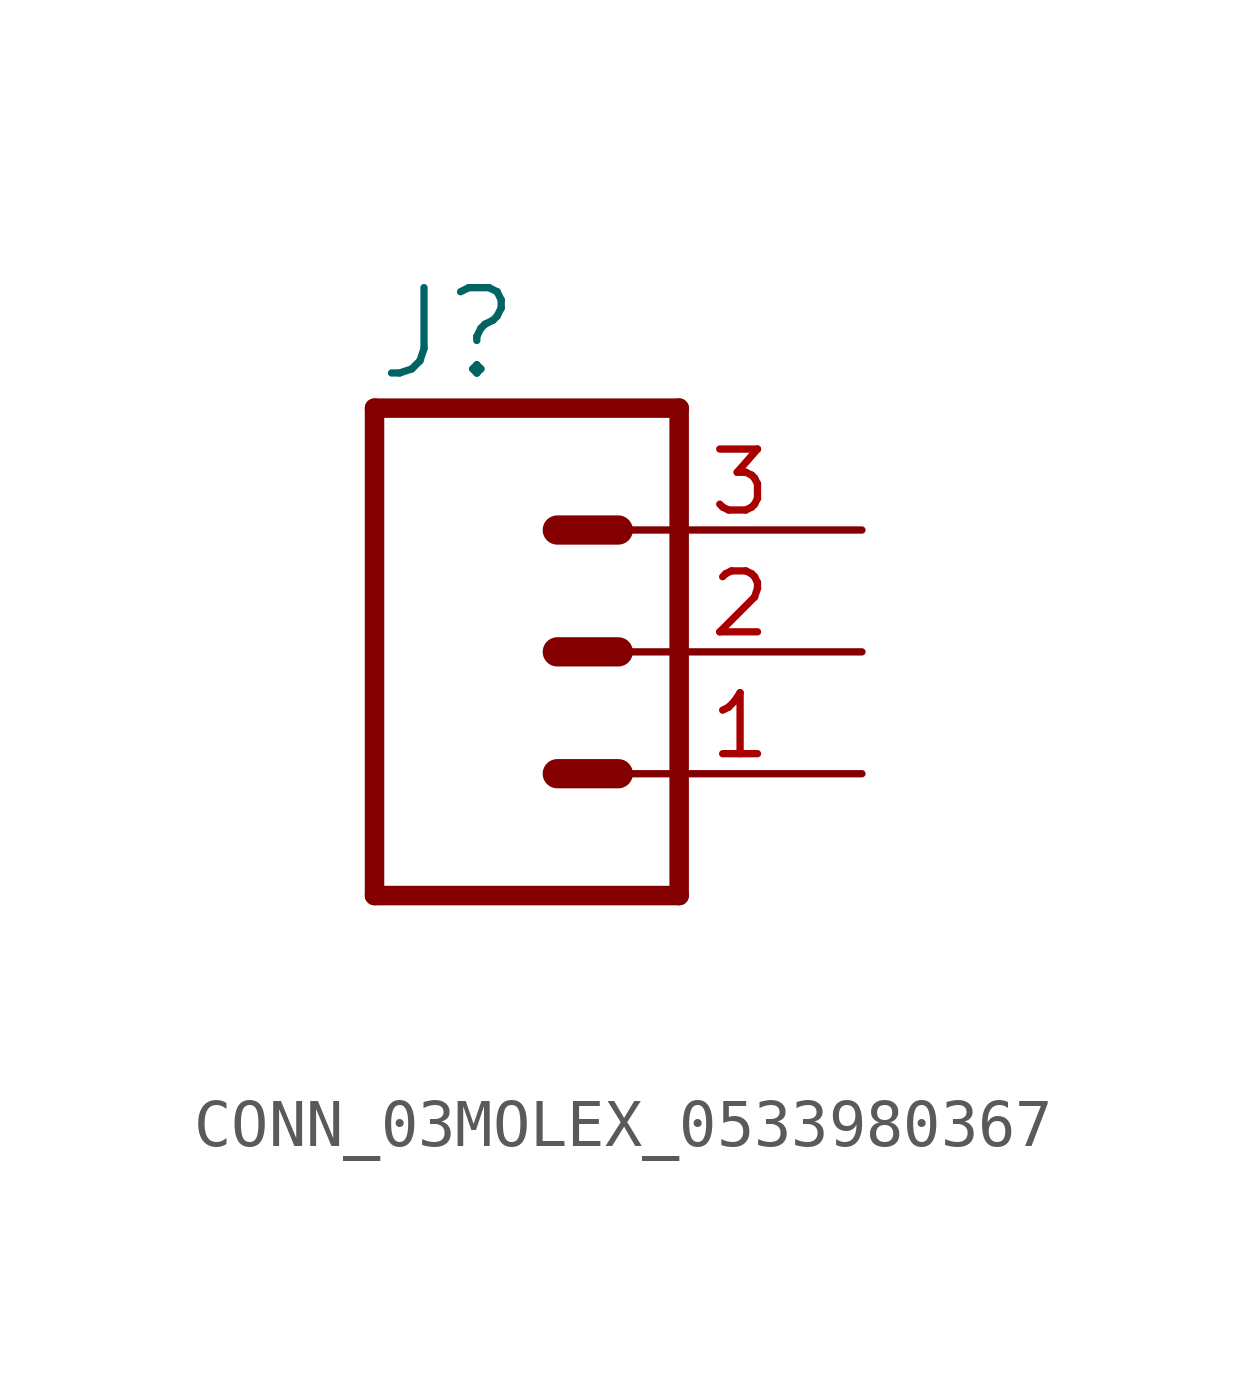
<source format=kicad_sym>
(kicad_symbol_lib
  (version 20220914)
  (generator kicad_symbol_editor)
  (symbol "CONN_03MOLEX_0533980367"
    (property "Reference" "J"
      (at -2.54 5.588 0)
      (effects (font (size 1.778 1.778)) (justify left bottom)))
    (property "Value" ""
      (at -2.54 -7.366 0)
      (effects (font (size 1.778 1.778)) (justify left bottom)))
    (property "ki_locked" ""
      (at 0 0 0)
      (effects (font (size 1.27 1.27))))
    (symbol "CONN_03MOLEX_0533980367_1_0"
      (polyline (pts (xy -2.54 5.08) (xy -2.54 -5.08)) (stroke (width 0.406) (type solid)) (fill (type none)))
      (polyline (pts (xy -2.54 5.08) (xy 3.81 5.08)) (stroke (width 0.406) (type solid)) (fill (type none)))
      (polyline (pts (xy 1.27 -2.54) (xy 2.54 -2.54)) (stroke (width 0.61) (type solid)) (fill (type none)))
      (polyline (pts (xy 1.27 0) (xy 2.54 0)) (stroke (width 0.61) (type solid)) (fill (type none)))
      (polyline (pts (xy 1.27 2.54) (xy 2.54 2.54)) (stroke (width 0.61) (type solid)) (fill (type none)))
      (polyline (pts (xy 3.81 -5.08) (xy -2.54 -5.08)) (stroke (width 0.406) (type solid)) (fill (type none)))
      (polyline (pts (xy 3.81 -5.08) (xy 3.81 5.08)) (stroke (width 0.406) (type solid)) (fill (type none)))
      (pin passive line (at 7.62 -2.54 180) (length 5.08) (name "1" (effects (font (size 0 0)))) (number "1" (effects (font (size 1.27 1.27)))))
      (pin passive line (at 7.62 0 180) (length 5.08) (name "2" (effects (font (size 0 0)))) (number "2" (effects (font (size 1.27 1.27)))))
      (pin passive line (at 7.62 2.54 180) (length 5.08) (name "3" (effects (font (size 0 0)))) (number "3" (effects (font (size 1.27 1.27))))))))
</source>
